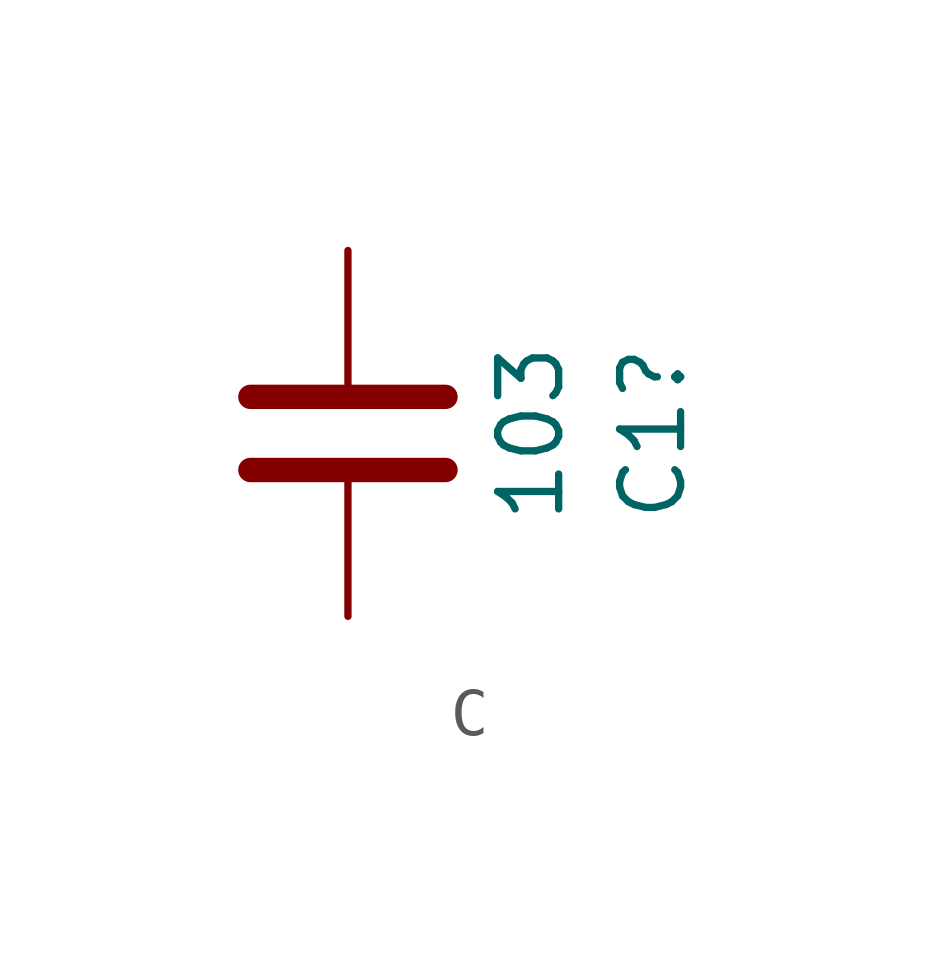
<source format=kicad_sym>
(kicad_symbol_lib
  (version 20220914)
  (generator kicad_symbol_editor)
  (symbol "C"
    (pin_numbers hide)
    (pin_names
      (offset 0.254))
    (property "Reference" "C1"
      (at 6.35 0 90)
      (effects (font (size 1.27 1.27))))
    (property "Value" "103"
      (at 3.81 0 90)
      (effects (font (size 1.27 1.27))))
    (symbol "C_0_1"
      (polyline (pts (xy -2.032 -0.762) (xy 2.032 -0.762)) (stroke (width 0.508) (type default)) (fill (type none)))
      (polyline (pts (xy -2.032 0.762) (xy 2.032 0.762)) (stroke (width 0.508) (type default)) (fill (type none))))
    (symbol "C_1_1"
      (pin passive line (at 0 3.81 270) (length 2.794) (name "~" (effects (font (size 1.27 1.27)))) (number "1" (effects (font (size 1.27 1.27)))))
      (pin passive line (at 0 -3.81 90) (length 2.794) (name "~" (effects (font (size 1.27 1.27)))) (number "2" (effects (font (size 1.27 1.27))))))))
</source>
